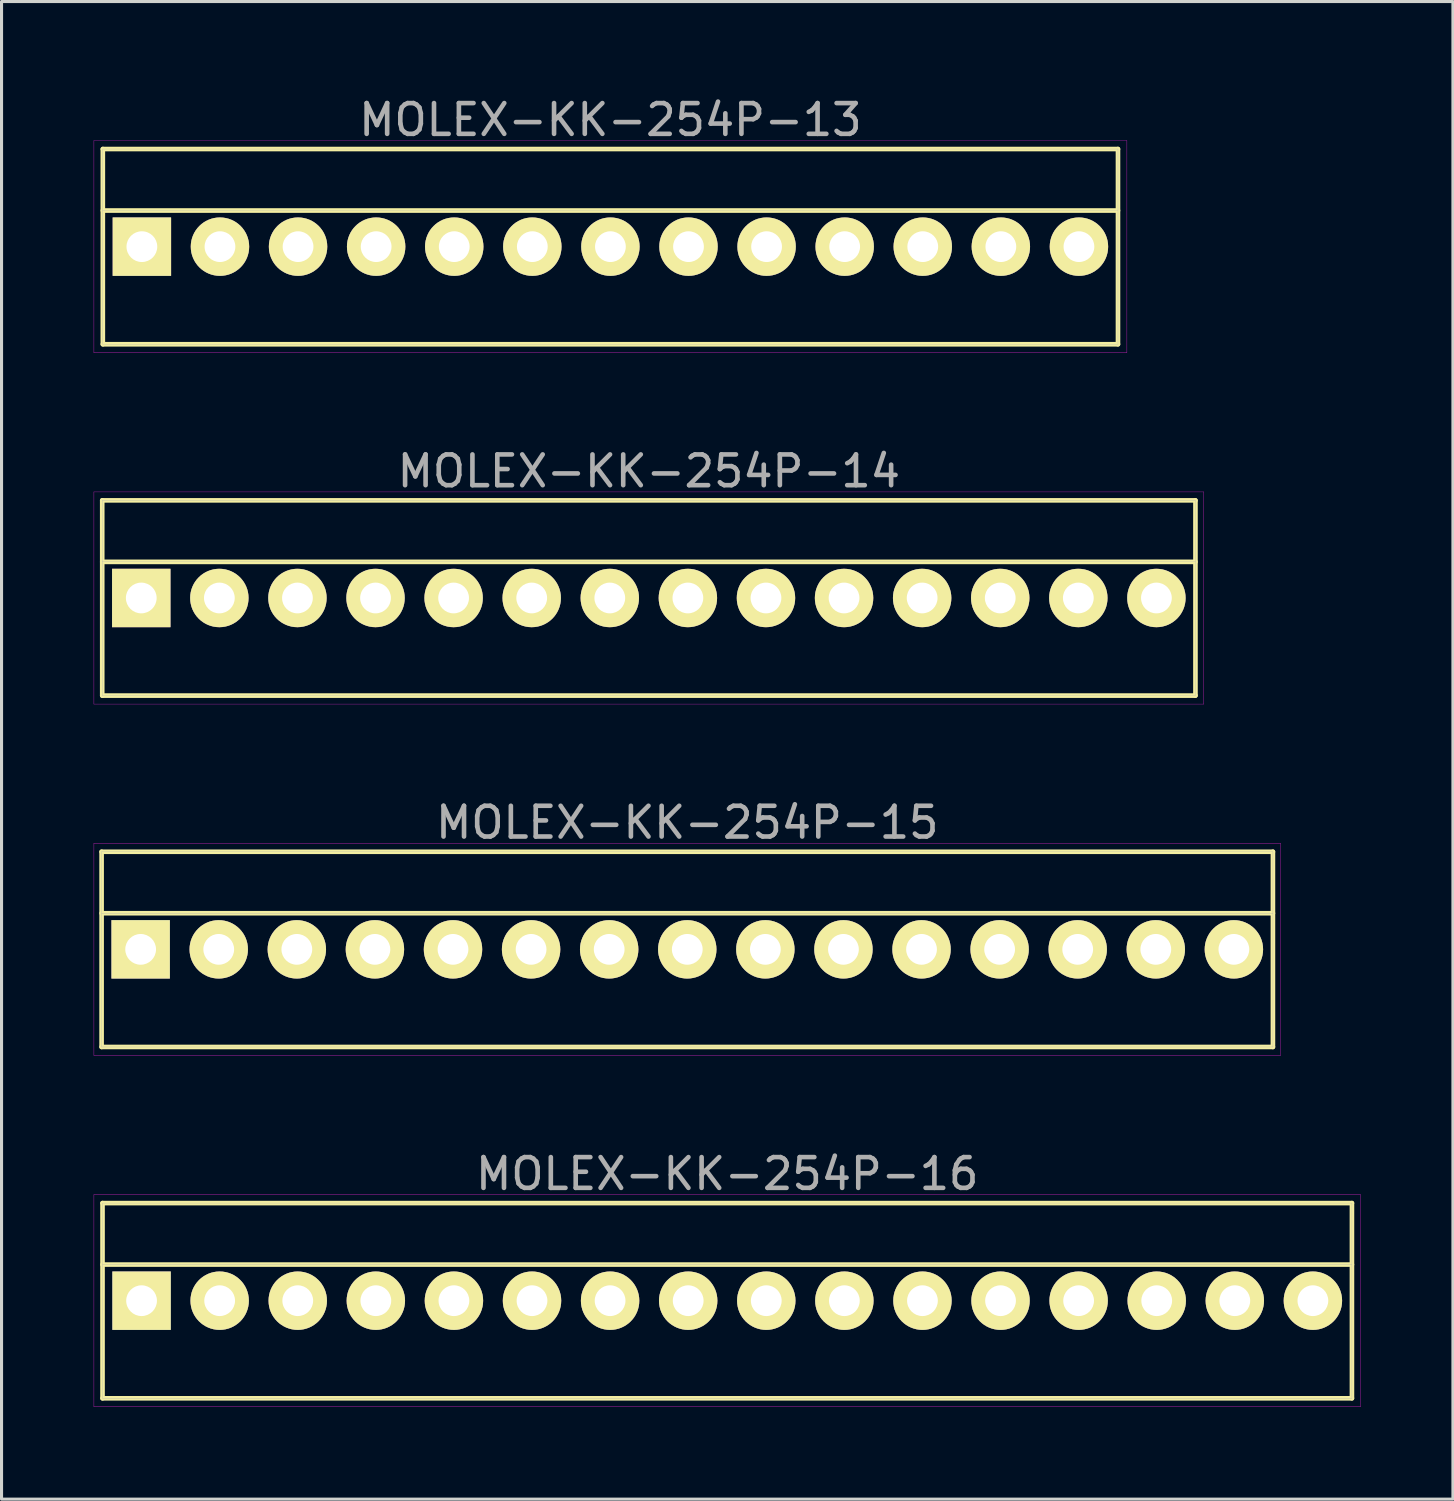
<source format=kicad_pcb>
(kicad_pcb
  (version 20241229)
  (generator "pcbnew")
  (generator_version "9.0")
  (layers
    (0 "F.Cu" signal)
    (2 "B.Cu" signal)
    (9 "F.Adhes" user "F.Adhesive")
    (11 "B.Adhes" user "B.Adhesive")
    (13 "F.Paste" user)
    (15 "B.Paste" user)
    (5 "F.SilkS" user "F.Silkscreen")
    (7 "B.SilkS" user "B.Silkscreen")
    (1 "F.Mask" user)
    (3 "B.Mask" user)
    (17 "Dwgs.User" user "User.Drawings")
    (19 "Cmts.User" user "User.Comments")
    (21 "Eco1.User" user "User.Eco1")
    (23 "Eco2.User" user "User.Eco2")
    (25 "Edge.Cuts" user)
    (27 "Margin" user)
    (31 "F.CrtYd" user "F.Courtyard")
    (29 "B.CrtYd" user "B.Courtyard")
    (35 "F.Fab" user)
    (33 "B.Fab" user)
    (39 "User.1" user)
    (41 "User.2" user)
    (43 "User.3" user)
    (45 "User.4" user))
  (footprint "MOLEX-KK-254P-16"
    (layer "F.Cu")
    (at 20.605 39.258)
    (property "Reference" "MOLEX-KK-254P-16" (at 0 -4.125 0) (layer "F.Fab") (effects (font (size 1 1) (thickness 0.15))))
    (attr through_hole)
    (fp_line (start -20.32 -3.175) (end 20.32 -3.175) (stroke (width 0.15) (type solid)) (layer "F.SilkS"))
    (fp_line (start -20.32 -1.175) (end 20.32 -1.175) (stroke (width 0.15) (type solid)) (layer "F.SilkS"))
    (fp_line (start -20.32 3.175) (end -20.32 -3.175) (stroke (width 0.15) (type solid)) (layer "F.SilkS"))
    (fp_line (start 20.32 -3.175) (end 20.32 3.175) (stroke (width 0.15) (type solid)) (layer "F.SilkS"))
    (fp_line (start 20.32 3.175) (end -20.32 3.175) (stroke (width 0.15) (type solid)) (layer "F.SilkS"))
    (fp_line (start -20.6 -3.45) (end 20.6 -3.45) (stroke (width 0.01) (type solid)) (layer "F.CrtYd"))
    (fp_line (start -20.6 3.45) (end -20.6 -3.45) (stroke (width 0.01) (type solid)) (layer "F.CrtYd"))
    (fp_line (start 20.6 -3.45) (end 20.6 3.45) (stroke (width 0.01) (type solid)) (layer "F.CrtYd"))
    (fp_line (start 20.6 3.45) (end -20.6 3.45) (stroke (width 0.01) (type solid)) (layer "F.CrtYd"))
    (fp_line (start -20.32 -3.175) (end 20.32 -3.175) (stroke (width 0.01) (type solid)) (layer "F.Fab"))
    (fp_line (start -20.32 -1.175) (end 20.32 -1.175) (stroke (width 0.01) (type solid)) (layer "F.Fab"))
    (fp_line (start -20.32 3.175) (end -20.32 -3.175) (stroke (width 0.01) (type solid)) (layer "F.Fab"))
    (fp_line (start 20.32 -3.175) (end 20.32 3.175) (stroke (width 0.01) (type solid)) (layer "F.Fab"))
    (fp_line (start 20.32 3.175) (end -20.32 3.175) (stroke (width 0.01) (type solid)) (layer "F.Fab"))
    (pad "1" thru_hole rect (at -19.05 0) (size 1.9 1.9) (drill 1) (layers "*.Cu" "*.Mask" "F.SilkS"))
    (pad "2" thru_hole circle (at -16.51 0) (size 1.9 1.9) (drill 1) (layers "*.Cu" "*.Mask" "F.SilkS"))
    (pad "3" thru_hole circle (at -13.97 0) (size 1.9 1.9) (drill 1) (layers "*.Cu" "*.Mask" "F.SilkS"))
    (pad "4" thru_hole circle (at -11.43 0) (size 1.9 1.9) (drill 1) (layers "*.Cu" "*.Mask" "F.SilkS"))
    (pad "5" thru_hole circle (at -8.89 0) (size 1.9 1.9) (drill 1) (layers "*.Cu" "*.Mask" "F.SilkS"))
    (pad "6" thru_hole circle (at -6.35 0) (size 1.9 1.9) (drill 1) (layers "*.Cu" "*.Mask" "F.SilkS"))
    (pad "7" thru_hole circle (at -3.81 0) (size 1.9 1.9) (drill 1) (layers "*.Cu" "*.Mask" "F.SilkS"))
    (pad "8" thru_hole circle (at -1.27 0) (size 1.9 1.9) (drill 1) (layers "*.Cu" "*.Mask" "F.SilkS"))
    (pad "9" thru_hole circle (at 1.27 0) (size 1.9 1.9) (drill 1) (layers "*.Cu" "*.Mask" "F.SilkS"))
    (pad "10" thru_hole circle (at 3.81 0) (size 1.9 1.9) (drill 1) (layers "*.Cu" "*.Mask" "F.SilkS"))
    (pad "11" thru_hole circle (at 6.35 0) (size 1.9 1.9) (drill 1) (layers "*.Cu" "*.Mask" "F.SilkS"))
    (pad "12" thru_hole circle (at 8.89 0) (size 1.9 1.9) (drill 1) (layers "*.Cu" "*.Mask" "F.SilkS"))
    (pad "13" thru_hole circle (at 11.43 0) (size 1.9 1.9) (drill 1) (layers "*.Cu" "*.Mask" "F.SilkS"))
    (pad "14" thru_hole circle (at 13.97 0) (size 1.9 1.9) (drill 1) (layers "*.Cu" "*.Mask" "F.SilkS"))
    (pad "15" thru_hole circle (at 16.51 0) (size 1.9 1.9) (drill 1) (layers "*.Cu" "*.Mask" "F.SilkS"))
    (pad "16" thru_hole circle (at 19.05 0) (size 1.9 1.9) (drill 1) (layers "*.Cu" "*.Mask" "F.SilkS")))
  (footprint "MOLEX-KK-254P-15"
    (layer "F.Cu")
    (at 19.305 27.83)
    (property "Reference" "MOLEX-KK-254P-15" (at 0 -4.125 0) (layer "F.Fab") (effects (font (size 1 1) (thickness 0.15))))
    (attr through_hole)
    (fp_line (start -19.05 -3.175) (end 19.05 -3.175) (stroke (width 0.15) (type solid)) (layer "F.SilkS"))
    (fp_line (start -19.05 -1.175) (end 19.05 -1.175) (stroke (width 0.15) (type solid)) (layer "F.SilkS"))
    (fp_line (start -19.05 3.175) (end -19.05 -3.175) (stroke (width 0.15) (type solid)) (layer "F.SilkS"))
    (fp_line (start 19.05 -3.175) (end 19.05 3.175) (stroke (width 0.15) (type solid)) (layer "F.SilkS"))
    (fp_line (start 19.05 3.175) (end -19.05 3.175) (stroke (width 0.15) (type solid)) (layer "F.SilkS"))
    (fp_line (start -19.3 -3.45) (end 19.3 -3.45) (stroke (width 0.01) (type solid)) (layer "F.CrtYd"))
    (fp_line (start -19.3 3.45) (end -19.3 -3.45) (stroke (width 0.01) (type solid)) (layer "F.CrtYd"))
    (fp_line (start 19.3 -3.45) (end 19.3 3.45) (stroke (width 0.01) (type solid)) (layer "F.CrtYd"))
    (fp_line (start 19.3 3.45) (end -19.3 3.45) (stroke (width 0.01) (type solid)) (layer "F.CrtYd"))
    (fp_line (start -19.05 -3.175) (end 19.05 -3.175) (stroke (width 0.01) (type solid)) (layer "F.Fab"))
    (fp_line (start -19.05 -1.175) (end 19.05 -1.175) (stroke (width 0.01) (type solid)) (layer "F.Fab"))
    (fp_line (start -19.05 3.175) (end -19.05 -3.175) (stroke (width 0.01) (type solid)) (layer "F.Fab"))
    (fp_line (start 19.05 -3.175) (end 19.05 3.175) (stroke (width 0.01) (type solid)) (layer "F.Fab"))
    (fp_line (start 19.05 3.175) (end -19.05 3.175) (stroke (width 0.01) (type solid)) (layer "F.Fab"))
    (pad "1" thru_hole rect (at -17.78 0) (size 1.9 1.9) (drill 1) (layers "*.Cu" "*.Mask" "F.SilkS"))
    (pad "2" thru_hole circle (at -15.24 0) (size 1.9 1.9) (drill 1) (layers "*.Cu" "*.Mask" "F.SilkS"))
    (pad "3" thru_hole circle (at -12.7 0) (size 1.9 1.9) (drill 1) (layers "*.Cu" "*.Mask" "F.SilkS"))
    (pad "4" thru_hole circle (at -10.16 0) (size 1.9 1.9) (drill 1) (layers "*.Cu" "*.Mask" "F.SilkS"))
    (pad "5" thru_hole circle (at -7.62 0) (size 1.9 1.9) (drill 1) (layers "*.Cu" "*.Mask" "F.SilkS"))
    (pad "6" thru_hole circle (at -5.08 0) (size 1.9 1.9) (drill 1) (layers "*.Cu" "*.Mask" "F.SilkS"))
    (pad "7" thru_hole circle (at -2.54 0) (size 1.9 1.9) (drill 1) (layers "*.Cu" "*.Mask" "F.SilkS"))
    (pad "8" thru_hole circle (at 0 0) (size 1.9 1.9) (drill 1) (layers "*.Cu" "*.Mask" "F.SilkS"))
    (pad "9" thru_hole circle (at 2.54 0) (size 1.9 1.9) (drill 1) (layers "*.Cu" "*.Mask" "F.SilkS"))
    (pad "10" thru_hole circle (at 5.08 0) (size 1.9 1.9) (drill 1) (layers "*.Cu" "*.Mask" "F.SilkS"))
    (pad "11" thru_hole circle (at 7.62 0) (size 1.9 1.9) (drill 1) (layers "*.Cu" "*.Mask" "F.SilkS"))
    (pad "12" thru_hole circle (at 10.16 0) (size 1.9 1.9) (drill 1) (layers "*.Cu" "*.Mask" "F.SilkS"))
    (pad "13" thru_hole circle (at 12.7 0) (size 1.9 1.9) (drill 1) (layers "*.Cu" "*.Mask" "F.SilkS"))
    (pad "14" thru_hole circle (at 15.24 0) (size 1.9 1.9) (drill 1) (layers "*.Cu" "*.Mask" "F.SilkS"))
    (pad "15" thru_hole circle (at 17.78 0) (size 1.9 1.9) (drill 1) (layers "*.Cu" "*.Mask" "F.SilkS")))
  (footprint "MOLEX-KK-254P-13"
    (layer "F.Cu")
    (at 16.805 4.973)
    (property "Reference" "MOLEX-KK-254P-13" (at 0 -4.125 0) (layer "F.Fab") (effects (font (size 1 1) (thickness 0.15))))
    (attr through_hole)
    (fp_line (start -16.51 -3.175) (end 16.51 -3.175) (stroke (width 0.15) (type solid)) (layer "F.SilkS"))
    (fp_line (start -16.51 -1.175) (end 16.51 -1.175) (stroke (width 0.15) (type solid)) (layer "F.SilkS"))
    (fp_line (start -16.51 3.175) (end -16.51 -3.175) (stroke (width 0.15) (type solid)) (layer "F.SilkS"))
    (fp_line (start 16.51 -3.175) (end 16.51 3.175) (stroke (width 0.15) (type solid)) (layer "F.SilkS"))
    (fp_line (start 16.51 3.175) (end -16.51 3.175) (stroke (width 0.15) (type solid)) (layer "F.SilkS"))
    (fp_line (start -16.8 -3.45) (end 16.8 -3.45) (stroke (width 0.01) (type solid)) (layer "F.CrtYd"))
    (fp_line (start -16.8 3.45) (end -16.8 -3.45) (stroke (width 0.01) (type solid)) (layer "F.CrtYd"))
    (fp_line (start 16.8 -3.45) (end 16.8 3.45) (stroke (width 0.01) (type solid)) (layer "F.CrtYd"))
    (fp_line (start 16.8 3.45) (end -16.8 3.45) (stroke (width 0.01) (type solid)) (layer "F.CrtYd"))
    (fp_line (start -16.51 -3.175) (end 16.51 -3.175) (stroke (width 0.01) (type solid)) (layer "F.Fab"))
    (fp_line (start -16.51 -1.175) (end 16.51 -1.175) (stroke (width 0.01) (type solid)) (layer "F.Fab"))
    (fp_line (start -16.51 3.175) (end -16.51 -3.175) (stroke (width 0.01) (type solid)) (layer "F.Fab"))
    (fp_line (start 16.51 -3.175) (end 16.51 3.175) (stroke (width 0.01) (type solid)) (layer "F.Fab"))
    (fp_line (start 16.51 3.175) (end -16.51 3.175) (stroke (width 0.01) (type solid)) (layer "F.Fab"))
    (pad "1" thru_hole rect (at -15.24 0) (size 1.9 1.9) (drill 1) (layers "*.Cu" "*.Mask" "F.SilkS"))
    (pad "2" thru_hole circle (at -12.7 0) (size 1.9 1.9) (drill 1) (layers "*.Cu" "*.Mask" "F.SilkS"))
    (pad "3" thru_hole circle (at -10.16 0) (size 1.9 1.9) (drill 1) (layers "*.Cu" "*.Mask" "F.SilkS"))
    (pad "4" thru_hole circle (at -7.62 0) (size 1.9 1.9) (drill 1) (layers "*.Cu" "*.Mask" "F.SilkS"))
    (pad "5" thru_hole circle (at -5.08 0) (size 1.9 1.9) (drill 1) (layers "*.Cu" "*.Mask" "F.SilkS"))
    (pad "6" thru_hole circle (at -2.54 0) (size 1.9 1.9) (drill 1) (layers "*.Cu" "*.Mask" "F.SilkS"))
    (pad "7" thru_hole circle (at 0 0) (size 1.9 1.9) (drill 1) (layers "*.Cu" "*.Mask" "F.SilkS"))
    (pad "8" thru_hole circle (at 2.54 0) (size 1.9 1.9) (drill 1) (layers "*.Cu" "*.Mask" "F.SilkS"))
    (pad "9" thru_hole circle (at 5.08 0) (size 1.9 1.9) (drill 1) (layers "*.Cu" "*.Mask" "F.SilkS"))
    (pad "10" thru_hole circle (at 7.62 0) (size 1.9 1.9) (drill 1) (layers "*.Cu" "*.Mask" "F.SilkS"))
    (pad "11" thru_hole circle (at 10.16 0) (size 1.9 1.9) (drill 1) (layers "*.Cu" "*.Mask" "F.SilkS"))
    (pad "12" thru_hole circle (at 12.7 0) (size 1.9 1.9) (drill 1) (layers "*.Cu" "*.Mask" "F.SilkS"))
    (pad "13" thru_hole circle (at 15.24 0) (size 1.9 1.9) (drill 1) (layers "*.Cu" "*.Mask" "F.SilkS")))
  (footprint "MOLEX-KK-254P-14"
    (layer "F.Cu")
    (at 18.055 16.401)
    (property "Reference" "MOLEX-KK-254P-14" (at 0 -4.125 0) (layer "F.Fab") (effects (font (size 1 1) (thickness 0.15))))
    (attr through_hole)
    (fp_line (start -17.78 -3.175) (end 17.78 -3.175) (stroke (width 0.15) (type solid)) (layer "F.SilkS"))
    (fp_line (start -17.78 -1.175) (end 17.78 -1.175) (stroke (width 0.15) (type solid)) (layer "F.SilkS"))
    (fp_line (start -17.78 3.175) (end -17.78 -3.175) (stroke (width 0.15) (type solid)) (layer "F.SilkS"))
    (fp_line (start 17.78 -3.175) (end 17.78 3.175) (stroke (width 0.15) (type solid)) (layer "F.SilkS"))
    (fp_line (start 17.78 3.175) (end -17.78 3.175) (stroke (width 0.15) (type solid)) (layer "F.SilkS"))
    (fp_line (start -18.05 -3.45) (end 18.05 -3.45) (stroke (width 0.01) (type solid)) (layer "F.CrtYd"))
    (fp_line (start -18.05 3.45) (end -18.05 -3.45) (stroke (width 0.01) (type solid)) (layer "F.CrtYd"))
    (fp_line (start 18.05 -3.45) (end 18.05 3.45) (stroke (width 0.01) (type solid)) (layer "F.CrtYd"))
    (fp_line (start 18.05 3.45) (end -18.05 3.45) (stroke (width 0.01) (type solid)) (layer "F.CrtYd"))
    (fp_line (start -17.78 -3.175) (end 17.78 -3.175) (stroke (width 0.01) (type solid)) (layer "F.Fab"))
    (fp_line (start -17.78 -1.175) (end 17.78 -1.175) (stroke (width 0.01) (type solid)) (layer "F.Fab"))
    (fp_line (start -17.78 3.175) (end -17.78 -3.175) (stroke (width 0.01) (type solid)) (layer "F.Fab"))
    (fp_line (start 17.78 -3.175) (end 17.78 3.175) (stroke (width 0.01) (type solid)) (layer "F.Fab"))
    (fp_line (start 17.78 3.175) (end -17.78 3.175) (stroke (width 0.01) (type solid)) (layer "F.Fab"))
    (pad "1" thru_hole rect (at -16.51 0) (size 1.9 1.9) (drill 1) (layers "*.Cu" "*.Mask" "F.SilkS"))
    (pad "2" thru_hole circle (at -13.97 0) (size 1.9 1.9) (drill 1) (layers "*.Cu" "*.Mask" "F.SilkS"))
    (pad "3" thru_hole circle (at -11.43 0) (size 1.9 1.9) (drill 1) (layers "*.Cu" "*.Mask" "F.SilkS"))
    (pad "4" thru_hole circle (at -8.89 0) (size 1.9 1.9) (drill 1) (layers "*.Cu" "*.Mask" "F.SilkS"))
    (pad "5" thru_hole circle (at -6.35 0) (size 1.9 1.9) (drill 1) (layers "*.Cu" "*.Mask" "F.SilkS"))
    (pad "6" thru_hole circle (at -3.81 0) (size 1.9 1.9) (drill 1) (layers "*.Cu" "*.Mask" "F.SilkS"))
    (pad "7" thru_hole circle (at -1.27 0) (size 1.9 1.9) (drill 1) (layers "*.Cu" "*.Mask" "F.SilkS"))
    (pad "8" thru_hole circle (at 1.27 0) (size 1.9 1.9) (drill 1) (layers "*.Cu" "*.Mask" "F.SilkS"))
    (pad "9" thru_hole circle (at 3.81 0) (size 1.9 1.9) (drill 1) (layers "*.Cu" "*.Mask" "F.SilkS"))
    (pad "10" thru_hole circle (at 6.35 0) (size 1.9 1.9) (drill 1) (layers "*.Cu" "*.Mask" "F.SilkS"))
    (pad "11" thru_hole circle (at 8.89 0) (size 1.9 1.9) (drill 1) (layers "*.Cu" "*.Mask" "F.SilkS"))
    (pad "12" thru_hole circle (at 11.43 0) (size 1.9 1.9) (drill 1) (layers "*.Cu" "*.Mask" "F.SilkS"))
    (pad "13" thru_hole circle (at 13.97 0) (size 1.9 1.9) (drill 1) (layers "*.Cu" "*.Mask" "F.SilkS"))
    (pad "14" thru_hole circle (at 16.51 0) (size 1.9 1.9) (drill 1) (layers "*.Cu" "*.Mask" "F.SilkS")))
  (gr_rect
    (start -3 -3)
    (end 44.21 45.713)
    (stroke (width 0.1) (type default))
    (fill no)
    (layer "Edge.Cuts")))
</source>
